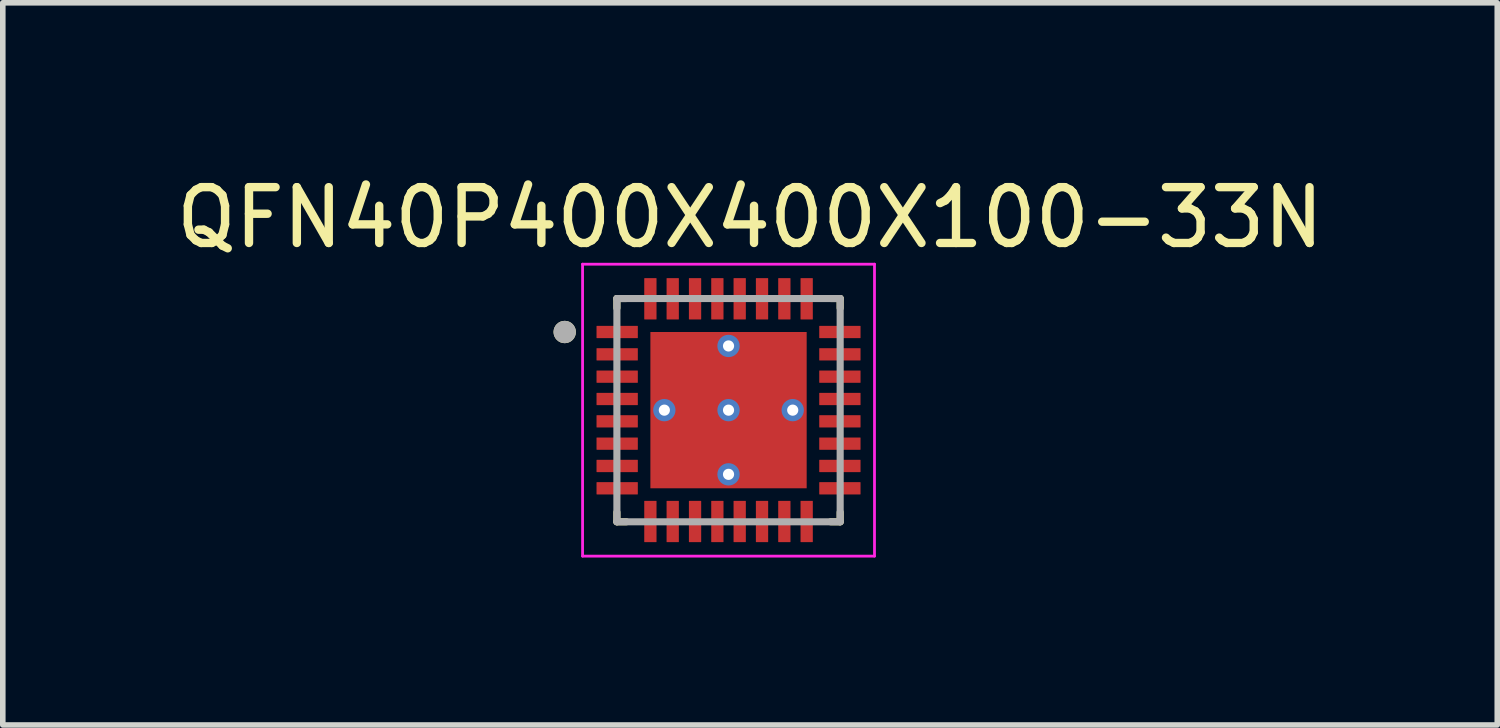
<source format=kicad_pcb>
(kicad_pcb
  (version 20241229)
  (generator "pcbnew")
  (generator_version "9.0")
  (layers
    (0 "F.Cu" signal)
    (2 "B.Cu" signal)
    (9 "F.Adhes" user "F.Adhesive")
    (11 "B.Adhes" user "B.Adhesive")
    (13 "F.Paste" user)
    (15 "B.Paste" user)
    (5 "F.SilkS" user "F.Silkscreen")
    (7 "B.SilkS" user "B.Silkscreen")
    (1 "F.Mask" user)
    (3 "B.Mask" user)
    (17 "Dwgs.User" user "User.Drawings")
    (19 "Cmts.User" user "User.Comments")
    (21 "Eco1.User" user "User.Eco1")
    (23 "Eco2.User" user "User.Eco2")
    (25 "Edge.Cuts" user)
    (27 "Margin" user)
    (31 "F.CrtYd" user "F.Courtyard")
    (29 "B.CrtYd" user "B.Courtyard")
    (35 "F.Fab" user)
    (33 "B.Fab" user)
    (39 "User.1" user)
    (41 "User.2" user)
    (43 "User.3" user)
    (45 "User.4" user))
  (footprint "QFN40P400X400X100-33N"
    (layer "F.Cu")
    (at 10.002 4.298)
    (property "Reference" "QFN40P400X400X100-33N" (at 0.385 -3.45 0) (layer "F.SilkS") (effects (font (size 1 1) (thickness 0.15))))
    (attr smd)
    (fp_line (start -2 -2) (end -2 -1.83) (stroke (width 0.127) (type solid)) (layer "F.SilkS"))
    (fp_line (start -2 -2) (end -1.83 -2) (stroke (width 0.127) (type solid)) (layer "F.SilkS"))
    (fp_line (start -2 2) (end -2 1.83) (stroke (width 0.127) (type solid)) (layer "F.SilkS"))
    (fp_line (start -2 2) (end -1.83 2) (stroke (width 0.127) (type solid)) (layer "F.SilkS"))
    (fp_line (start 2 -2) (end 1.83 -2) (stroke (width 0.127) (type solid)) (layer "F.SilkS"))
    (fp_line (start 2 -2) (end 2 -1.83) (stroke (width 0.127) (type solid)) (layer "F.SilkS"))
    (fp_line (start 2 2) (end 1.83 2) (stroke (width 0.127) (type solid)) (layer "F.SilkS"))
    (fp_line (start 2 2) (end 2 1.83) (stroke (width 0.127) (type solid)) (layer "F.SilkS"))
    (fp_circle (center -2.935 -1.4) (end -2.835 -1.4) (stroke (width 0.2) (type solid)) (fill no) (layer "F.SilkS"))
    (fp_poly (pts (xy -1.33 -1.33) (xy -0.1 -1.33) (xy -0.1 -0.1) (xy -1.33 -0.1)) (stroke (width 0.01) (type solid)) (fill yes) (layer "F.Paste"))
    (fp_poly (pts (xy -1.33 0.1) (xy -0.1 0.1) (xy -0.1 1.33) (xy -1.33 1.33)) (stroke (width 0.01) (type solid)) (fill yes) (layer "F.Paste"))
    (fp_poly (pts (xy 0.1 -1.33) (xy 1.33 -1.33) (xy 1.33 -0.1) (xy 0.1 -0.1)) (stroke (width 0.01) (type solid)) (fill yes) (layer "F.Paste"))
    (fp_poly (pts (xy 0.1 0.1) (xy 1.33 0.1) (xy 1.33 1.33) (xy 0.1 1.33)) (stroke (width 0.01) (type solid)) (fill yes) (layer "F.Paste"))
    (fp_line (start -2.615 -2.615) (end 2.615 -2.615) (stroke (width 0.05) (type solid)) (layer "F.CrtYd"))
    (fp_line (start -2.615 2.615) (end -2.615 -2.615) (stroke (width 0.05) (type solid)) (layer "F.CrtYd"))
    (fp_line (start -2.615 2.615) (end 2.615 2.615) (stroke (width 0.05) (type solid)) (layer "F.CrtYd"))
    (fp_line (start 2.615 2.615) (end 2.615 -2.615) (stroke (width 0.05) (type solid)) (layer "F.CrtYd"))
    (fp_line (start -2 2) (end -2 -2) (stroke (width 0.127) (type solid)) (layer "F.Fab"))
    (fp_line (start 2 -2) (end -2 -2) (stroke (width 0.127) (type solid)) (layer "F.Fab"))
    (fp_line (start 2 2) (end -2 2) (stroke (width 0.127) (type solid)) (layer "F.Fab"))
    (fp_line (start 2 2) (end 2 -2) (stroke (width 0.127) (type solid)) (layer "F.Fab"))
    (fp_circle (center -2.935 -1.4) (end -2.835 -1.4) (stroke (width 0.2) (type solid)) (fill no) (layer "F.Fab"))
    (pad "1" smd roundrect (at -1.995 -1.4) (size 0.74 0.22) (layers "F.Cu" "F.Mask" "F.Paste") (roundrect_rratio 0.03))
    (pad "2" smd roundrect (at -1.995 -1) (size 0.74 0.22) (layers "F.Cu" "F.Mask" "F.Paste") (roundrect_rratio 0.03))
    (pad "3" smd roundrect (at -1.995 -0.6) (size 0.74 0.22) (layers "F.Cu" "F.Mask" "F.Paste") (roundrect_rratio 0.03))
    (pad "4" smd roundrect (at -1.995 -0.2) (size 0.74 0.22) (layers "F.Cu" "F.Mask" "F.Paste") (roundrect_rratio 0.03))
    (pad "5" smd roundrect (at -1.995 0.2) (size 0.74 0.22) (layers "F.Cu" "F.Mask" "F.Paste") (roundrect_rratio 0.03))
    (pad "6" smd roundrect (at -1.995 0.6) (size 0.74 0.22) (layers "F.Cu" "F.Mask" "F.Paste") (roundrect_rratio 0.03))
    (pad "7" smd roundrect (at -1.995 1) (size 0.74 0.22) (layers "F.Cu" "F.Mask" "F.Paste") (roundrect_rratio 0.03))
    (pad "8" smd roundrect (at -1.995 1.4) (size 0.74 0.22) (layers "F.Cu" "F.Mask" "F.Paste") (roundrect_rratio 0.03))
    (pad "9" smd roundrect (at -1.4 1.995 90) (size 0.74 0.22) (layers "F.Cu" "F.Mask" "F.Paste") (roundrect_rratio 0.03))
    (pad "10" smd roundrect (at -1 1.995 90) (size 0.74 0.22) (layers "F.Cu" "F.Mask" "F.Paste") (roundrect_rratio 0.03))
    (pad "11" smd roundrect (at -0.6 1.995 90) (size 0.74 0.22) (layers "F.Cu" "F.Mask" "F.Paste") (roundrect_rratio 0.03))
    (pad "12" smd roundrect (at -0.2 1.995 90) (size 0.74 0.22) (layers "F.Cu" "F.Mask" "F.Paste") (roundrect_rratio 0.03))
    (pad "13" smd roundrect (at 0.2 1.995 90) (size 0.74 0.22) (layers "F.Cu" "F.Mask" "F.Paste") (roundrect_rratio 0.03))
    (pad "14" smd roundrect (at 0.6 1.995 90) (size 0.74 0.22) (layers "F.Cu" "F.Mask" "F.Paste") (roundrect_rratio 0.03))
    (pad "15" smd roundrect (at 1 1.995 90) (size 0.74 0.22) (layers "F.Cu" "F.Mask" "F.Paste") (roundrect_rratio 0.03))
    (pad "16" smd roundrect (at 1.4 1.995 90) (size 0.74 0.22) (layers "F.Cu" "F.Mask" "F.Paste") (roundrect_rratio 0.03))
    (pad "17" smd roundrect (at 1.995 1.4) (size 0.74 0.22) (layers "F.Cu" "F.Mask" "F.Paste") (roundrect_rratio 0.03))
    (pad "18" smd roundrect (at 1.995 1) (size 0.74 0.22) (layers "F.Cu" "F.Mask" "F.Paste") (roundrect_rratio 0.03))
    (pad "19" smd roundrect (at 1.995 0.6) (size 0.74 0.22) (layers "F.Cu" "F.Mask" "F.Paste") (roundrect_rratio 0.03))
    (pad "20" smd roundrect (at 1.995 0.2) (size 0.74 0.22) (layers "F.Cu" "F.Mask" "F.Paste") (roundrect_rratio 0.03))
    (pad "21" smd roundrect (at 1.995 -0.2) (size 0.74 0.22) (layers "F.Cu" "F.Mask" "F.Paste") (roundrect_rratio 0.03))
    (pad "22" smd roundrect (at 1.995 -0.6) (size 0.74 0.22) (layers "F.Cu" "F.Mask" "F.Paste") (roundrect_rratio 0.03))
    (pad "23" smd roundrect (at 1.995 -1) (size 0.74 0.22) (layers "F.Cu" "F.Mask" "F.Paste") (roundrect_rratio 0.03))
    (pad "24" smd roundrect (at 1.995 -1.4) (size 0.74 0.22) (layers "F.Cu" "F.Mask" "F.Paste") (roundrect_rratio 0.03))
    (pad "25" smd roundrect (at 1.4 -1.995 90) (size 0.74 0.22) (layers "F.Cu" "F.Mask" "F.Paste") (roundrect_rratio 0.03))
    (pad "26" smd roundrect (at 1 -1.995 90) (size 0.74 0.22) (layers "F.Cu" "F.Mask" "F.Paste") (roundrect_rratio 0.03))
    (pad "27" smd roundrect (at 0.6 -1.995 90) (size 0.74 0.22) (layers "F.Cu" "F.Mask" "F.Paste") (roundrect_rratio 0.03))
    (pad "28" smd roundrect (at 0.2 -1.995 90) (size 0.74 0.22) (layers "F.Cu" "F.Mask" "F.Paste") (roundrect_rratio 0.03))
    (pad "29" smd roundrect (at -0.2 -1.995 90) (size 0.74 0.22) (layers "F.Cu" "F.Mask" "F.Paste") (roundrect_rratio 0.03))
    (pad "30" smd roundrect (at -0.6 -1.995 90) (size 0.74 0.22) (layers "F.Cu" "F.Mask" "F.Paste") (roundrect_rratio 0.03))
    (pad "31" smd roundrect (at -1 -1.995 90) (size 0.74 0.22) (layers "F.Cu" "F.Mask" "F.Paste") (roundrect_rratio 0.03))
    (pad "32" smd roundrect (at -1.4 -1.995 90) (size 0.74 0.22) (layers "F.Cu" "F.Mask" "F.Paste") (roundrect_rratio 0.03))
    (pad "33" smd rect (at 0 0) (size 2.8 2.8) (layers "F.Cu" "F.Mask"))
    (pad "34" thru_hole circle (at 0 0) (size 0.4 0.4) (drill 0.2) (layers "*.Cu" "*.Mask"))
    (pad "35" thru_hole circle (at 0 -1.15) (size 0.4 0.4) (drill 0.2) (layers "*.Cu" "*.Mask"))
    (pad "36" thru_hole circle (at 1.15 0) (size 0.4 0.4) (drill 0.2) (layers "*.Cu" "*.Mask"))
    (pad "37" thru_hole circle (at 0 1.15) (size 0.4 0.4) (drill 0.2) (layers "*.Cu" "*.Mask"))
    (pad "38" thru_hole circle (at -1.15 0) (size 0.4 0.4) (drill 0.2) (layers "*.Cu" "*.Mask")))
  (gr_rect
    (start -3 -3)
    (end 23.774 9.938)
    (stroke (width 0.1) (type default))
    (fill no)
    (layer "Edge.Cuts")))
</source>
